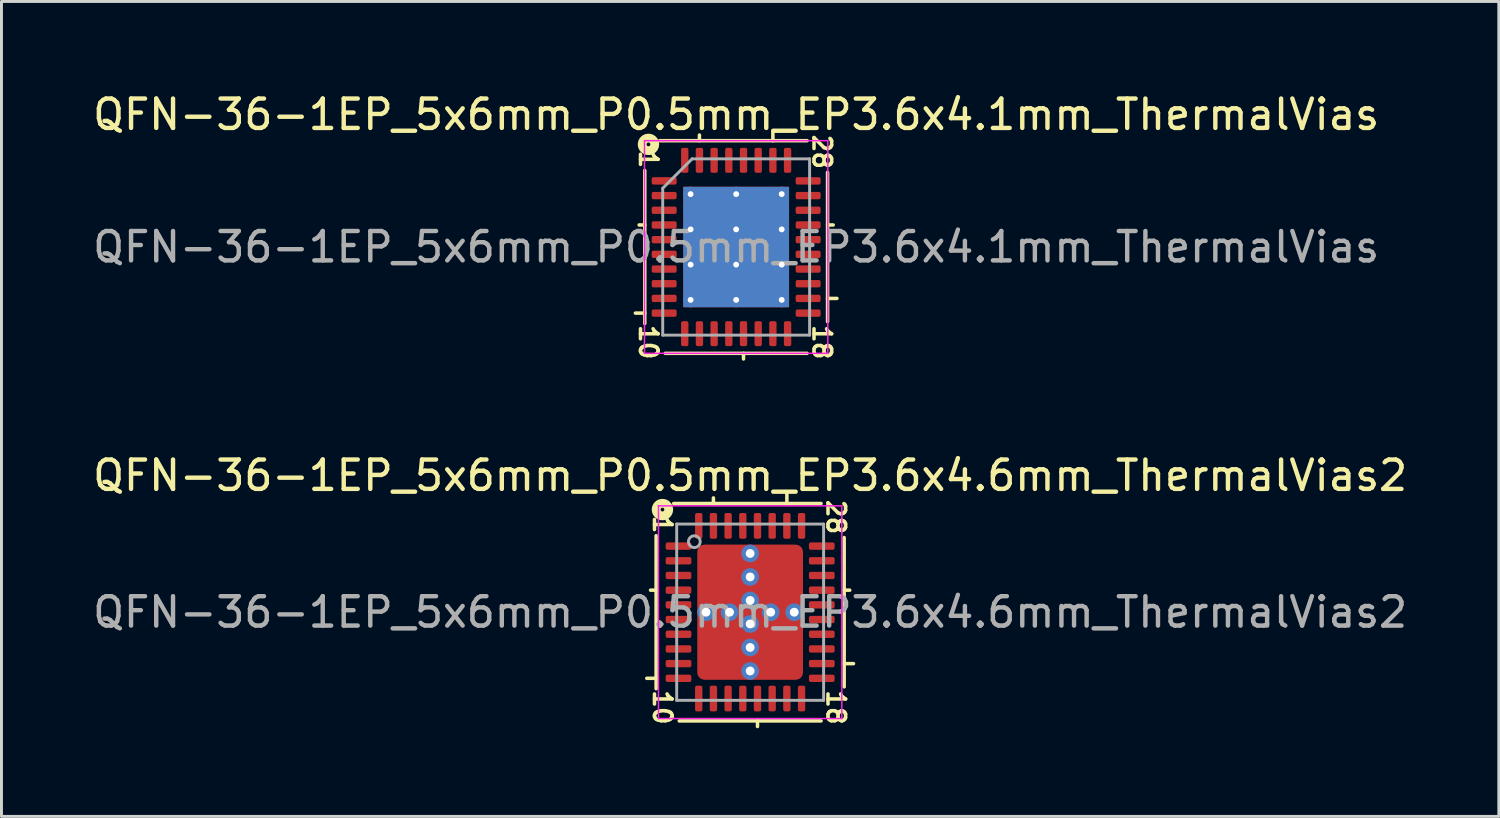
<source format=kicad_pcb>
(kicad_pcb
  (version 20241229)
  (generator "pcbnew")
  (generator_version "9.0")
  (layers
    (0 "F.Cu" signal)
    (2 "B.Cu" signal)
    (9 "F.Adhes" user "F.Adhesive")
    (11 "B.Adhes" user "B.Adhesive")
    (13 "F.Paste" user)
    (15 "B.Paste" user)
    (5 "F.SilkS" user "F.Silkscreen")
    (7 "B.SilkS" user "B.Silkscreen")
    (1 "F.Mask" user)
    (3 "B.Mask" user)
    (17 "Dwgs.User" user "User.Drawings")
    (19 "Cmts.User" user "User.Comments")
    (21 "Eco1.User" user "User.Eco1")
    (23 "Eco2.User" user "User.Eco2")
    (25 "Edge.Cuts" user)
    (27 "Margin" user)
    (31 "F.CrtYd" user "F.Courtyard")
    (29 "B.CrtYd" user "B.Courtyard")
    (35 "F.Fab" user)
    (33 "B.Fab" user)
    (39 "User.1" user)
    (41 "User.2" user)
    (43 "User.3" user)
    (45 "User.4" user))
  (footprint "QFN-36-1EP_5x6mm_P0.5mm_EP3.6x4.6mm_ThermalVias2"
    (layer "F.Cu")
    (at 22.482 17.787)
    (property "Reference" "QFN-36-1EP_5x6mm_P0.5mm_EP3.6x4.6mm_ThermalVias2" (at 0 -4.652 0) (layer "F.SilkS") (effects (font (size 1 1) (thickness 0.15))))
    (attr smd)
    (fp_line (start -3.2 -2.603) (end -3.2 2.603) (stroke (width 0.12) (type solid)) (layer "F.SilkS"))
    (fp_line (start -3.2 -0.75) (end -3.39 -0.75) (stroke (width 0.12) (type solid)) (layer "F.SilkS"))
    (fp_line (start -3.2 2.25) (end -3.518 2.25) (stroke (width 0.12) (type solid)) (layer "F.SilkS"))
    (fp_line (start -2.413 3.7) (end 2.413 3.7) (stroke (width 0.12) (type solid)) (layer "F.SilkS"))
    (fp_line (start -1.25 -3.7) (end -1.25 -3.89) (stroke (width 0.12) (type solid)) (layer "F.SilkS"))
    (fp_line (start 0.25 3.7) (end 0.25 3.89) (stroke (width 0.12) (type solid)) (layer "F.SilkS"))
    (fp_line (start 1.25 -3.7) (end 1.25 -4.018) (stroke (width 0.12) (type solid)) (layer "F.SilkS"))
    (fp_line (start 2.413 -3.7) (end -2.603 -3.7) (stroke (width 0.12) (type solid)) (layer "F.SilkS"))
    (fp_line (start 3.2 -0.75) (end 3.39 -0.75) (stroke (width 0.12) (type solid)) (layer "F.SilkS"))
    (fp_line (start 3.2 1.75) (end 3.518 1.75) (stroke (width 0.12) (type solid)) (layer "F.SilkS"))
    (fp_line (start 3.2 2.54) (end 3.2 -2.54) (stroke (width 0.12) (type solid)) (layer "F.SilkS"))
    (fp_circle (center -2.985 -3.493) (end -2.921 -3.493) (stroke (width 0.3) (type solid)) (fill no) (layer "F.SilkS"))
    (fp_line (start -3.12 -3.62) (end -3.12 3.62) (stroke (width 0.05) (type solid)) (layer "F.CrtYd"))
    (fp_line (start -3.12 3.62) (end 3.12 3.62) (stroke (width 0.05) (type solid)) (layer "F.CrtYd"))
    (fp_line (start 3.12 -3.62) (end -3.12 -3.62) (stroke (width 0.05) (type solid)) (layer "F.CrtYd"))
    (fp_line (start 3.12 3.62) (end 3.12 -3.62) (stroke (width 0.05) (type solid)) (layer "F.CrtYd"))
    (fp_line (start -2.5 -3) (end 2.5 -3) (stroke (width 0.1) (type solid)) (layer "F.Fab"))
    (fp_line (start -2.5 3) (end -2.5 -3) (stroke (width 0.1) (type solid)) (layer "F.Fab"))
    (fp_line (start 2.5 -3) (end 2.5 3) (stroke (width 0.1) (type solid)) (layer "F.Fab"))
    (fp_line (start 2.5 3) (end -2.5 3) (stroke (width 0.1) (type solid)) (layer "F.Fab"))
    (fp_circle (center -1.9 -2.4) (end -1.7 -2.4) (stroke (width 0.1) (type solid)) (fill no) (layer "F.Fab"))
    (fp_text user "18" (at 2.921 3.239 270) (unlocked yes) (layer "F.SilkS") (effects (font (size 0.6 0.6) (thickness 0.12))))
    (fp_text user "28" (at 2.921 -3.239 270) (unlocked yes) (layer "F.SilkS") (effects (font (size 0.6 0.6) (thickness 0.12))))
    (fp_text user "1" (at -2.985 -2.985 270) (unlocked yes) (layer "F.SilkS") (effects (font (size 0.6 0.6) (thickness 0.12))))
    (fp_text user "10" (at -2.985 3.239 270) (unlocked yes) (layer "F.SilkS") (effects (font (size 0.6 0.6) (thickness 0.12))))
    (fp_text user "${REFERENCE}" (at 0 0 0) (layer "F.Fab") (effects (font (size 1 1) (thickness 0.15))))
    (pad "" smd roundrect (at -1 -1.25) (size 1.4 1.9) (layers "F.Mask") (roundrect_rratio 0.179))
    (pad "" smd roundrect (at -1 1.25) (size 1.4 1.9) (layers "F.Mask") (roundrect_rratio 0.179))
    (pad "" smd roundrect (at -1 1.7) (size 1.2 0.7) (layers "F.Paste") (roundrect_rratio 0.25))
    (pad "" smd roundrect (at -1 -1.7) (size 1.2 0.7) (layers "F.Paste") (roundrect_rratio 0.25))
    (pad "" smd roundrect (at -1 -0.8) (size 1.2 0.7) (layers "F.Paste") (roundrect_rratio 0.25))
    (pad "" smd roundrect (at -1 0.8) (size 1.2 0.7) (layers "F.Paste") (roundrect_rratio 0.25))
    (pad "" smd roundrect (at 1 0.8) (size 1.2 0.7) (layers "F.Paste") (roundrect_rratio 0.25))
    (pad "" smd roundrect (at 1 -1.7) (size 1.2 0.7) (layers "F.Paste") (roundrect_rratio 0.25))
    (pad "" smd roundrect (at 1 -1.25) (size 1.4 1.9) (layers "F.Mask") (roundrect_rratio 0.179))
    (pad "" smd roundrect (at 1 -0.8) (size 1.2 0.7) (layers "F.Paste") (roundrect_rratio 0.25))
    (pad "" smd roundrect (at 1 1.25) (size 1.4 1.9) (layers "F.Mask") (roundrect_rratio 0.179))
    (pad "" smd roundrect (at 1 1.7) (size 1.2 0.7) (layers "F.Paste") (roundrect_rratio 0.25))
    (pad "1" smd roundrect (at -2.438 -2.25) (size 0.875 0.25) (layers "F.Cu" "F.Mask" "F.Paste") (roundrect_rratio 0.25))
    (pad "2" smd roundrect (at -2.438 -1.75) (size 0.875 0.25) (layers "F.Cu" "F.Mask" "F.Paste") (roundrect_rratio 0.25))
    (pad "3" smd roundrect (at -2.438 -1.25) (size 0.875 0.25) (layers "F.Cu" "F.Mask" "F.Paste") (roundrect_rratio 0.25))
    (pad "4" smd roundrect (at -2.438 -0.75) (size 0.875 0.25) (layers "F.Cu" "F.Mask" "F.Paste") (roundrect_rratio 0.25))
    (pad "5" smd roundrect (at -2.438 -0.25) (size 0.875 0.25) (layers "F.Cu" "F.Mask" "F.Paste") (roundrect_rratio 0.25))
    (pad "6" smd roundrect (at -2.438 0.25) (size 0.875 0.25) (layers "F.Cu" "F.Mask" "F.Paste") (roundrect_rratio 0.25))
    (pad "7" smd roundrect (at -2.438 0.75) (size 0.875 0.25) (layers "F.Cu" "F.Mask" "F.Paste") (roundrect_rratio 0.25))
    (pad "8" smd roundrect (at -2.438 1.25) (size 0.875 0.25) (layers "F.Cu" "F.Mask" "F.Paste") (roundrect_rratio 0.25))
    (pad "9" smd roundrect (at -2.438 1.75) (size 0.875 0.25) (layers "F.Cu" "F.Mask" "F.Paste") (roundrect_rratio 0.25))
    (pad "10" smd roundrect (at -2.438 2.25) (size 0.875 0.25) (layers "F.Cu" "F.Mask" "F.Paste") (roundrect_rratio 0.25))
    (pad "11" smd roundrect (at -1.75 2.938) (size 0.25 0.875) (layers "F.Cu" "F.Mask" "F.Paste") (roundrect_rratio 0.25))
    (pad "12" smd roundrect (at -1.25 2.938) (size 0.25 0.875) (layers "F.Cu" "F.Mask" "F.Paste") (roundrect_rratio 0.25))
    (pad "13" smd roundrect (at -0.75 2.938) (size 0.25 0.875) (layers "F.Cu" "F.Mask" "F.Paste") (roundrect_rratio 0.25))
    (pad "14" smd roundrect (at -0.25 2.938) (size 0.25 0.875) (layers "F.Cu" "F.Mask" "F.Paste") (roundrect_rratio 0.25))
    (pad "15" smd roundrect (at 0.25 2.938) (size 0.25 0.875) (layers "F.Cu" "F.Mask" "F.Paste") (roundrect_rratio 0.25))
    (pad "16" smd roundrect (at 0.75 2.938) (size 0.25 0.875) (layers "F.Cu" "F.Mask" "F.Paste") (roundrect_rratio 0.25))
    (pad "17" smd roundrect (at 1.25 2.938) (size 0.25 0.875) (layers "F.Cu" "F.Mask" "F.Paste") (roundrect_rratio 0.25))
    (pad "18" smd roundrect (at 1.75 2.938) (size 0.25 0.875) (layers "F.Cu" "F.Mask" "F.Paste") (roundrect_rratio 0.25))
    (pad "19" smd roundrect (at 2.438 2.25) (size 0.875 0.25) (layers "F.Cu" "F.Mask" "F.Paste") (roundrect_rratio 0.25))
    (pad "20" smd roundrect (at 2.438 1.75) (size 0.875 0.25) (layers "F.Cu" "F.Mask" "F.Paste") (roundrect_rratio 0.25))
    (pad "21" smd roundrect (at 2.438 1.25) (size 0.875 0.25) (layers "F.Cu" "F.Mask" "F.Paste") (roundrect_rratio 0.25))
    (pad "22" smd roundrect (at 2.438 0.75) (size 0.875 0.25) (layers "F.Cu" "F.Mask" "F.Paste") (roundrect_rratio 0.25))
    (pad "23" smd roundrect (at 2.438 0.25) (size 0.875 0.25) (layers "F.Cu" "F.Mask" "F.Paste") (roundrect_rratio 0.25))
    (pad "24" smd roundrect (at 2.438 -0.25) (size 0.875 0.25) (layers "F.Cu" "F.Mask" "F.Paste") (roundrect_rratio 0.25))
    (pad "25" smd roundrect (at 2.438 -0.75) (size 0.875 0.25) (layers "F.Cu" "F.Mask" "F.Paste") (roundrect_rratio 0.25))
    (pad "26" smd roundrect (at 2.438 -1.25) (size 0.875 0.25) (layers "F.Cu" "F.Mask" "F.Paste") (roundrect_rratio 0.25))
    (pad "27" smd roundrect (at 2.438 -1.75) (size 0.875 0.25) (layers "F.Cu" "F.Mask" "F.Paste") (roundrect_rratio 0.25))
    (pad "28" smd roundrect (at 2.438 -2.25) (size 0.875 0.25) (layers "F.Cu" "F.Mask" "F.Paste") (roundrect_rratio 0.25))
    (pad "29" smd roundrect (at 1.75 -2.938) (size 0.25 0.875) (layers "F.Cu" "F.Mask" "F.Paste") (roundrect_rratio 0.25))
    (pad "30" smd roundrect (at 1.25 -2.938) (size 0.25 0.875) (layers "F.Cu" "F.Mask" "F.Paste") (roundrect_rratio 0.25))
    (pad "31" smd roundrect (at 0.75 -2.938) (size 0.25 0.875) (layers "F.Cu" "F.Mask" "F.Paste") (roundrect_rratio 0.25))
    (pad "32" smd roundrect (at 0.25 -2.938) (size 0.25 0.875) (layers "F.Cu" "F.Mask" "F.Paste") (roundrect_rratio 0.25))
    (pad "33" smd roundrect (at -0.25 -2.938) (size 0.25 0.875) (layers "F.Cu" "F.Mask" "F.Paste") (roundrect_rratio 0.25))
    (pad "34" smd roundrect (at -0.75 -2.938) (size 0.25 0.875) (layers "F.Cu" "F.Mask" "F.Paste") (roundrect_rratio 0.25))
    (pad "35" smd roundrect (at -1.25 -2.938) (size 0.25 0.875) (layers "F.Cu" "F.Mask" "F.Paste") (roundrect_rratio 0.25))
    (pad "36" smd roundrect (at -1.75 -2.938) (size 0.25 0.875) (layers "F.Cu" "F.Mask" "F.Paste") (roundrect_rratio 0.25))
    (pad "37" thru_hole circle (at -1.5 0) (size 0.6 0.6) (drill 0.3) (property pad_prop_heatsink) (layers "*.Cu" "*.Mask"))
    (pad "37" thru_hole circle (at -0.7 0) (size 0.6 0.6) (drill 0.3) (property pad_prop_heatsink) (layers "*.Cu" "*.Mask"))
    (pad "37" thru_hole circle (at 0 -2) (size 0.6 0.6) (drill 0.3) (property pad_prop_heatsink) (layers "*.Cu" "*.Mask"))
    (pad "37" thru_hole circle (at 0 -1.2) (size 0.6 0.6) (drill 0.3) (property pad_prop_heatsink) (layers "*.Cu" "*.Mask"))
    (pad "37" thru_hole circle (at 0 -0.4) (size 0.6 0.6) (drill 0.3) (property pad_prop_heatsink) (layers "*.Cu" "*.Mask"))
    (pad "37" smd roundrect (at 0 0) (size 3.6 4.6) (layers "F.Cu") (roundrect_rratio 0.069))
    (pad "37" thru_hole circle (at 0 0.4) (size 0.6 0.6) (drill 0.3) (property pad_prop_heatsink) (layers "*.Cu" "*.Mask"))
    (pad "37" thru_hole circle (at 0 1.2) (size 0.6 0.6) (drill 0.3) (property pad_prop_heatsink) (layers "*.Cu" "*.Mask"))
    (pad "37" thru_hole circle (at 0 2) (size 0.6 0.6) (drill 0.3) (property pad_prop_heatsink) (layers "*.Cu" "*.Mask"))
    (pad "37" thru_hole circle (at 0.7 0) (size 0.6 0.6) (drill 0.3) (property pad_prop_heatsink) (layers "*.Cu" "*.Mask"))
    (pad "37" thru_hole circle (at 1.5 0) (size 0.6 0.6) (drill 0.3) (property pad_prop_heatsink) (layers "*.Cu" "*.Mask")))
  (footprint "QFN-36-1EP_5x6mm_P0.5mm_EP3.6x4.1mm_ThermalVias"
    (layer "F.Cu")
    (at 22.006 5.357)
    (property "Reference" "QFN-36-1EP_5x6mm_P0.5mm_EP3.6x4.1mm_ThermalVias" (at 0 -4.508 0) (layer "F.SilkS") (effects (font (size 1 1) (thickness 0.15))))
    (attr smd)
    (fp_line (start -3.111 -2.603) (end -3.111 2.603) (stroke (width 0.12) (type solid)) (layer "F.SilkS"))
    (fp_line (start -3.111 -0.75) (end -3.302 -0.75) (stroke (width 0.12) (type solid)) (layer "F.SilkS"))
    (fp_line (start -3.111 2.25) (end -3.429 2.25) (stroke (width 0.12) (type solid)) (layer "F.SilkS"))
    (fp_line (start -2.413 3.619) (end 2.413 3.619) (stroke (width 0.12) (type solid)) (layer "F.SilkS"))
    (fp_line (start -1.25 -3.619) (end -1.25 -3.81) (stroke (width 0.12) (type solid)) (layer "F.SilkS"))
    (fp_line (start 0.25 3.619) (end 0.25 3.81) (stroke (width 0.12) (type solid)) (layer "F.SilkS"))
    (fp_line (start 1.25 -3.619) (end 1.25 -3.937) (stroke (width 0.12) (type solid)) (layer "F.SilkS"))
    (fp_line (start 2.413 -3.619) (end -2.603 -3.619) (stroke (width 0.12) (type solid)) (layer "F.SilkS"))
    (fp_line (start 3.111 -0.75) (end 3.302 -0.75) (stroke (width 0.12) (type solid)) (layer "F.SilkS"))
    (fp_line (start 3.111 1.75) (end 3.429 1.75) (stroke (width 0.12) (type solid)) (layer "F.SilkS"))
    (fp_line (start 3.111 2.54) (end 3.111 -2.54) (stroke (width 0.12) (type solid)) (layer "F.SilkS"))
    (fp_circle (center -2.985 -3.493) (end -2.921 -3.493) (stroke (width 0.3) (type solid)) (fill no) (layer "F.SilkS"))
    (fp_line (start -3.12 -3.62) (end -3.12 3.62) (stroke (width 0.05) (type solid)) (layer "F.CrtYd"))
    (fp_line (start -3.12 3.62) (end 3.12 3.62) (stroke (width 0.05) (type solid)) (layer "F.CrtYd"))
    (fp_line (start 3.12 -3.62) (end -3.12 -3.62) (stroke (width 0.05) (type solid)) (layer "F.CrtYd"))
    (fp_line (start 3.12 3.62) (end 3.12 -3.62) (stroke (width 0.05) (type solid)) (layer "F.CrtYd"))
    (fp_line (start -2.5 -2) (end -1.5 -3) (stroke (width 0.1) (type solid)) (layer "F.Fab"))
    (fp_line (start -2.5 3) (end -2.5 -2) (stroke (width 0.1) (type solid)) (layer "F.Fab"))
    (fp_line (start -1.5 -3) (end 2.5 -3) (stroke (width 0.1) (type solid)) (layer "F.Fab"))
    (fp_line (start 2.5 -3) (end 2.5 3) (stroke (width 0.1) (type solid)) (layer "F.Fab"))
    (fp_line (start 2.5 3) (end -2.5 3) (stroke (width 0.1) (type solid)) (layer "F.Fab"))
    (fp_text user "28" (at 2.921 -3.239 270) (unlocked yes) (layer "F.SilkS") (effects (font (size 0.6 0.6) (thickness 0.12))))
    (fp_text user "1" (at -2.985 -2.985 270) (unlocked yes) (layer "F.SilkS") (effects (font (size 0.6 0.6) (thickness 0.12))))
    (fp_text user "10" (at -2.985 3.239 270) (unlocked yes) (layer "F.SilkS") (effects (font (size 0.6 0.6) (thickness 0.12))))
    (fp_text user "18" (at 2.921 3.239 270) (unlocked yes) (layer "F.SilkS") (effects (font (size 0.6 0.6) (thickness 0.12))))
    (fp_text user "${REFERENCE}" (at 0 0 0) (layer "F.Fab") (effects (font (size 1 1) (thickness 0.15))))
    (pad "" smd roundrect (at -0.775 -1.2) (size 1.394 1.059) (layers "F.Paste") (roundrect_rratio 0.236))
    (pad "" smd roundrect (at -0.775 0) (size 1.394 1.059) (layers "F.Paste") (roundrect_rratio 0.236))
    (pad "" smd roundrect (at -0.775 1.2) (size 1.394 1.059) (layers "F.Paste") (roundrect_rratio 0.236))
    (pad "" smd roundrect (at 0.775 -1.2) (size 1.394 1.059) (layers "F.Paste") (roundrect_rratio 0.236))
    (pad "" smd roundrect (at 0.775 0) (size 1.394 1.059) (layers "F.Paste") (roundrect_rratio 0.236))
    (pad "" smd roundrect (at 0.775 1.2) (size 1.394 1.059) (layers "F.Paste") (roundrect_rratio 0.236))
    (pad "1" smd roundrect (at -2.45 -2.25) (size 0.85 0.25) (layers "F.Cu" "F.Mask" "F.Paste") (roundrect_rratio 0.25))
    (pad "2" smd roundrect (at -2.45 -1.75) (size 0.85 0.25) (layers "F.Cu" "F.Mask" "F.Paste") (roundrect_rratio 0.25))
    (pad "3" smd roundrect (at -2.45 -1.25) (size 0.85 0.25) (layers "F.Cu" "F.Mask" "F.Paste") (roundrect_rratio 0.25))
    (pad "4" smd roundrect (at -2.45 -0.75) (size 0.85 0.25) (layers "F.Cu" "F.Mask" "F.Paste") (roundrect_rratio 0.25))
    (pad "5" smd roundrect (at -2.45 -0.25) (size 0.85 0.25) (layers "F.Cu" "F.Mask" "F.Paste") (roundrect_rratio 0.25))
    (pad "6" smd roundrect (at -2.45 0.25) (size 0.85 0.25) (layers "F.Cu" "F.Mask" "F.Paste") (roundrect_rratio 0.25))
    (pad "7" smd roundrect (at -2.45 0.75) (size 0.85 0.25) (layers "F.Cu" "F.Mask" "F.Paste") (roundrect_rratio 0.25))
    (pad "8" smd roundrect (at -2.45 1.25) (size 0.85 0.25) (layers "F.Cu" "F.Mask" "F.Paste") (roundrect_rratio 0.25))
    (pad "9" smd roundrect (at -2.45 1.75) (size 0.85 0.25) (layers "F.Cu" "F.Mask" "F.Paste") (roundrect_rratio 0.25))
    (pad "10" smd roundrect (at -2.45 2.25) (size 0.85 0.25) (layers "F.Cu" "F.Mask" "F.Paste") (roundrect_rratio 0.25))
    (pad "11" smd roundrect (at -1.75 2.95) (size 0.25 0.85) (layers "F.Cu" "F.Mask" "F.Paste") (roundrect_rratio 0.25))
    (pad "12" smd roundrect (at -1.25 2.95) (size 0.25 0.85) (layers "F.Cu" "F.Mask" "F.Paste") (roundrect_rratio 0.25))
    (pad "13" smd roundrect (at -0.75 2.95) (size 0.25 0.85) (layers "F.Cu" "F.Mask" "F.Paste") (roundrect_rratio 0.25))
    (pad "14" smd roundrect (at -0.25 2.95) (size 0.25 0.85) (layers "F.Cu" "F.Mask" "F.Paste") (roundrect_rratio 0.25))
    (pad "15" smd roundrect (at 0.25 2.95) (size 0.25 0.85) (layers "F.Cu" "F.Mask" "F.Paste") (roundrect_rratio 0.25))
    (pad "16" smd roundrect (at 0.75 2.95) (size 0.25 0.85) (layers "F.Cu" "F.Mask" "F.Paste") (roundrect_rratio 0.25))
    (pad "17" smd roundrect (at 1.25 2.95) (size 0.25 0.85) (layers "F.Cu" "F.Mask" "F.Paste") (roundrect_rratio 0.25))
    (pad "18" smd roundrect (at 1.75 2.95) (size 0.25 0.85) (layers "F.Cu" "F.Mask" "F.Paste") (roundrect_rratio 0.25))
    (pad "19" smd roundrect (at 2.45 2.25) (size 0.85 0.25) (layers "F.Cu" "F.Mask" "F.Paste") (roundrect_rratio 0.25))
    (pad "20" smd roundrect (at 2.45 1.75) (size 0.85 0.25) (layers "F.Cu" "F.Mask" "F.Paste") (roundrect_rratio 0.25))
    (pad "21" smd roundrect (at 2.45 1.25) (size 0.85 0.25) (layers "F.Cu" "F.Mask" "F.Paste") (roundrect_rratio 0.25))
    (pad "22" smd roundrect (at 2.45 0.75) (size 0.85 0.25) (layers "F.Cu" "F.Mask" "F.Paste") (roundrect_rratio 0.25))
    (pad "23" smd roundrect (at 2.45 0.25) (size 0.85 0.25) (layers "F.Cu" "F.Mask" "F.Paste") (roundrect_rratio 0.25))
    (pad "24" smd roundrect (at 2.45 -0.25) (size 0.85 0.25) (layers "F.Cu" "F.Mask" "F.Paste") (roundrect_rratio 0.25))
    (pad "25" smd roundrect (at 2.45 -0.75) (size 0.85 0.25) (layers "F.Cu" "F.Mask" "F.Paste") (roundrect_rratio 0.25))
    (pad "26" smd roundrect (at 2.45 -1.25) (size 0.85 0.25) (layers "F.Cu" "F.Mask" "F.Paste") (roundrect_rratio 0.25))
    (pad "27" smd roundrect (at 2.45 -1.75) (size 0.85 0.25) (layers "F.Cu" "F.Mask" "F.Paste") (roundrect_rratio 0.25))
    (pad "28" smd roundrect (at 2.45 -2.25) (size 0.85 0.25) (layers "F.Cu" "F.Mask" "F.Paste") (roundrect_rratio 0.25))
    (pad "29" smd roundrect (at 1.75 -2.95) (size 0.25 0.85) (layers "F.Cu" "F.Mask" "F.Paste") (roundrect_rratio 0.25))
    (pad "30" smd roundrect (at 1.25 -2.95) (size 0.25 0.85) (layers "F.Cu" "F.Mask" "F.Paste") (roundrect_rratio 0.25))
    (pad "31" smd roundrect (at 0.75 -2.95) (size 0.25 0.85) (layers "F.Cu" "F.Mask" "F.Paste") (roundrect_rratio 0.25))
    (pad "32" smd roundrect (at 0.25 -2.95) (size 0.25 0.85) (layers "F.Cu" "F.Mask" "F.Paste") (roundrect_rratio 0.25))
    (pad "33" smd roundrect (at -0.25 -2.95) (size 0.25 0.85) (layers "F.Cu" "F.Mask" "F.Paste") (roundrect_rratio 0.25))
    (pad "34" smd roundrect (at -0.75 -2.95) (size 0.25 0.85) (layers "F.Cu" "F.Mask" "F.Paste") (roundrect_rratio 0.25))
    (pad "35" smd roundrect (at -1.25 -2.95) (size 0.25 0.85) (layers "F.Cu" "F.Mask" "F.Paste") (roundrect_rratio 0.25))
    (pad "36" smd roundrect (at -1.75 -2.95) (size 0.25 0.85) (layers "F.Cu" "F.Mask" "F.Paste") (roundrect_rratio 0.25))
    (pad "37" thru_hole circle (at -1.55 -1.8) (size 0.5 0.5) (drill 0.2) (layers "*.Cu"))
    (pad "37" thru_hole circle (at -1.55 -0.6) (size 0.5 0.5) (drill 0.2) (layers "*.Cu"))
    (pad "37" thru_hole circle (at -1.55 0.6) (size 0.5 0.5) (drill 0.2) (layers "*.Cu"))
    (pad "37" thru_hole circle (at -1.55 1.8) (size 0.5 0.5) (drill 0.2) (layers "*.Cu"))
    (pad "37" thru_hole circle (at 0 -1.8) (size 0.5 0.5) (drill 0.2) (layers "*.Cu"))
    (pad "37" thru_hole circle (at 0 -0.6) (size 0.5 0.5) (drill 0.2) (layers "*.Cu"))
    (pad "37" smd rect (at 0 0) (size 3.6 4.1) (layers "F.Cu" "F.Mask"))
    (pad "37" smd rect (at 0 0) (size 3.6 4.1) (layers "B.Cu" "B.Mask"))
    (pad "37" thru_hole circle (at 0 0.6) (size 0.5 0.5) (drill 0.2) (layers "*.Cu"))
    (pad "37" thru_hole circle (at 0 1.8) (size 0.5 0.5) (drill 0.2) (layers "*.Cu"))
    (pad "37" thru_hole circle (at 1.55 -1.8) (size 0.5 0.5) (drill 0.2) (layers "*.Cu"))
    (pad "37" thru_hole circle (at 1.55 -0.6) (size 0.5 0.5) (drill 0.2) (layers "*.Cu"))
    (pad "37" thru_hole circle (at 1.55 0.6) (size 0.5 0.5) (drill 0.2) (layers "*.Cu"))
    (pad "37" thru_hole circle (at 1.55 1.8) (size 0.5 0.5) (drill 0.2) (layers "*.Cu")))
  (gr_rect
    (start -3 -3)
    (end 47.964 24.738)
    (stroke (width 0.1) (type default))
    (fill no)
    (layer "Edge.Cuts")))
</source>
